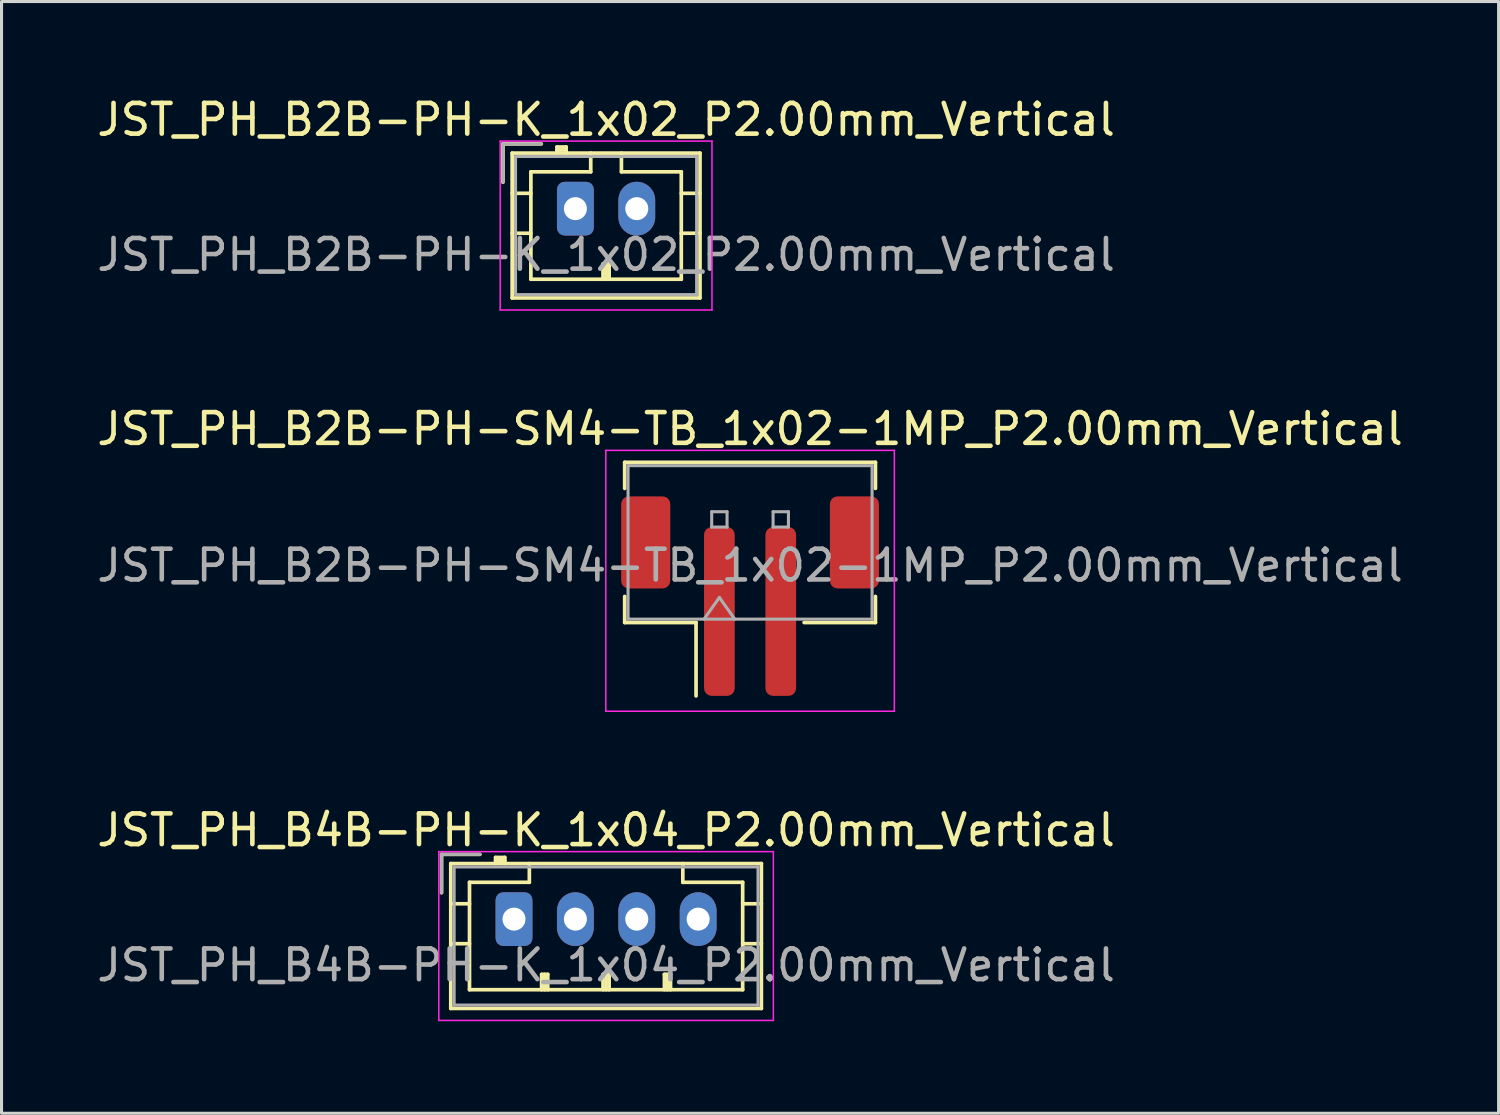
<source format=kicad_pcb>
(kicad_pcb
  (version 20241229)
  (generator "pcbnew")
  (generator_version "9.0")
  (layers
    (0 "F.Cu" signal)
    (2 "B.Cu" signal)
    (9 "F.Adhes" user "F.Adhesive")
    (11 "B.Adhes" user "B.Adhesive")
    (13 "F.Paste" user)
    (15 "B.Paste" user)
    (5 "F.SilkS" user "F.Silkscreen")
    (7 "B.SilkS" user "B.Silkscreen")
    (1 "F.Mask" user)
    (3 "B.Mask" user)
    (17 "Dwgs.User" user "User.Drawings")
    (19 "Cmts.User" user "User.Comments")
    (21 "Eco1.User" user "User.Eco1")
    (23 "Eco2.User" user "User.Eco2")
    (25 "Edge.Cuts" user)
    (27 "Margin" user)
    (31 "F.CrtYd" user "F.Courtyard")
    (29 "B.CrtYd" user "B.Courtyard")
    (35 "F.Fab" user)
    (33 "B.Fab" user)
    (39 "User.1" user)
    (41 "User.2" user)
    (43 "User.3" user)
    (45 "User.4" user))
  (footprint "JST_PH_B2B-PH-SM4-TB_1x02-1MP_P2.00mm_Vertical"
    (layer "F.Cu")
    (at 21.387 16.372)
    (property "Reference" "JST_PH_B2B-PH-SM4-TB_1x02-1MP_P2.00mm_Vertical" (at 0 -5.45 0) (layer "F.SilkS") (effects (font (size 1 1) (thickness 0.15))))
    (attr smd)
    (fp_line (start -4.085 -4.36) (end 4.085 -4.36) (stroke (width 0.12) (type solid)) (layer "F.SilkS"))
    (fp_line (start -4.085 -3.51) (end -4.085 -4.36) (stroke (width 0.12) (type solid)) (layer "F.SilkS"))
    (fp_line (start -4.085 0.01) (end -4.085 0.86) (stroke (width 0.12) (type solid)) (layer "F.SilkS"))
    (fp_line (start -4.085 0.86) (end -1.76 0.86) (stroke (width 0.12) (type solid)) (layer "F.SilkS"))
    (fp_line (start -1.76 0.86) (end -1.76 3.25) (stroke (width 0.12) (type solid)) (layer "F.SilkS"))
    (fp_line (start 4.085 -4.36) (end 4.085 -3.51) (stroke (width 0.12) (type solid)) (layer "F.SilkS"))
    (fp_line (start 4.085 0.01) (end 4.085 0.86) (stroke (width 0.12) (type solid)) (layer "F.SilkS"))
    (fp_line (start 4.085 0.86) (end 1.76 0.86) (stroke (width 0.12) (type solid)) (layer "F.SilkS"))
    (fp_line (start -4.7 -4.75) (end -4.7 3.75) (stroke (width 0.05) (type solid)) (layer "F.CrtYd"))
    (fp_line (start -4.7 3.75) (end 4.7 3.75) (stroke (width 0.05) (type solid)) (layer "F.CrtYd"))
    (fp_line (start 4.7 -4.75) (end -4.7 -4.75) (stroke (width 0.05) (type solid)) (layer "F.CrtYd"))
    (fp_line (start 4.7 3.75) (end 4.7 -4.75) (stroke (width 0.05) (type solid)) (layer "F.CrtYd"))
    (fp_line (start -3.975 -4.25) (end 3.975 -4.25) (stroke (width 0.1) (type solid)) (layer "F.Fab"))
    (fp_line (start -3.975 0.75) (end -3.975 -4.25) (stroke (width 0.1) (type solid)) (layer "F.Fab"))
    (fp_line (start -3.975 0.75) (end 3.975 0.75) (stroke (width 0.1) (type solid)) (layer "F.Fab"))
    (fp_line (start -1.5 0.75) (end -1 0.043) (stroke (width 0.1) (type solid)) (layer "F.Fab"))
    (fp_line (start -1.25 -2.75) (end -1.25 -2.25) (stroke (width 0.1) (type solid)) (layer "F.Fab"))
    (fp_line (start -1.25 -2.25) (end -0.75 -2.25) (stroke (width 0.1) (type solid)) (layer "F.Fab"))
    (fp_line (start -1 0.043) (end -0.5 0.75) (stroke (width 0.1) (type solid)) (layer "F.Fab"))
    (fp_line (start -0.75 -2.75) (end -1.25 -2.75) (stroke (width 0.1) (type solid)) (layer "F.Fab"))
    (fp_line (start -0.75 -2.25) (end -0.75 -2.75) (stroke (width 0.1) (type solid)) (layer "F.Fab"))
    (fp_line (start 0.75 -2.75) (end 0.75 -2.25) (stroke (width 0.1) (type solid)) (layer "F.Fab"))
    (fp_line (start 0.75 -2.25) (end 1.25 -2.25) (stroke (width 0.1) (type solid)) (layer "F.Fab"))
    (fp_line (start 1.25 -2.75) (end 0.75 -2.75) (stroke (width 0.1) (type solid)) (layer "F.Fab"))
    (fp_line (start 1.25 -2.25) (end 1.25 -2.75) (stroke (width 0.1) (type solid)) (layer "F.Fab"))
    (fp_line (start 3.975 0.75) (end 3.975 -4.25) (stroke (width 0.1) (type solid)) (layer "F.Fab"))
    (fp_text user "${REFERENCE}" (at 0 -1 0) (layer "F.Fab") (effects (font (size 1 1) (thickness 0.15))))
    (pad "1" smd roundrect (at -1 0.5) (size 1 5.5) (layers "F.Cu" "F.Mask" "F.Paste") (roundrect_rratio 0.25))
    (pad "2" smd roundrect (at 1 0.5) (size 1 5.5) (layers "F.Cu" "F.Mask" "F.Paste") (roundrect_rratio 0.25))
    (pad "MP" smd roundrect (at -3.4 -1.75) (size 1.6 3) (layers "F.Cu" "F.Mask" "F.Paste") (roundrect_rratio 0.156))
    (pad "MP" smd roundrect (at 3.4 -1.75) (size 1.6 3) (layers "F.Cu" "F.Mask" "F.Paste") (roundrect_rratio 0.156)))
  (footprint "JST_PH_B2B-PH-K_1x02_P2.00mm_Vertical"
    (layer "F.Cu")
    (at 15.696 3.748)
    (property "Reference" "JST_PH_B2B-PH-K_1x02_P2.00mm_Vertical" (at 1 -2.9 0) (layer "F.SilkS") (effects (font (size 1 1) (thickness 0.15))))
    (attr through_hole)
    (fp_line (start -2.36 -2.11) (end -2.36 -0.86) (stroke (width 0.12) (type solid)) (layer "F.SilkS"))
    (fp_line (start -2.06 -1.81) (end -2.06 2.91) (stroke (width 0.12) (type solid)) (layer "F.SilkS"))
    (fp_line (start -2.06 -0.5) (end -1.45 -0.5) (stroke (width 0.12) (type solid)) (layer "F.SilkS"))
    (fp_line (start -2.06 0.8) (end -1.45 0.8) (stroke (width 0.12) (type solid)) (layer "F.SilkS"))
    (fp_line (start -2.06 2.91) (end 4.06 2.91) (stroke (width 0.12) (type solid)) (layer "F.SilkS"))
    (fp_line (start -1.45 -1.2) (end -1.45 2.3) (stroke (width 0.12) (type solid)) (layer "F.SilkS"))
    (fp_line (start -1.45 2.3) (end 3.45 2.3) (stroke (width 0.12) (type solid)) (layer "F.SilkS"))
    (fp_line (start -1.11 -2.11) (end -2.36 -2.11) (stroke (width 0.12) (type solid)) (layer "F.SilkS"))
    (fp_line (start -0.6 -2.01) (end -0.6 -1.81) (stroke (width 0.12) (type solid)) (layer "F.SilkS"))
    (fp_line (start -0.3 -2.01) (end -0.6 -2.01) (stroke (width 0.12) (type solid)) (layer "F.SilkS"))
    (fp_line (start -0.3 -1.91) (end -0.6 -1.91) (stroke (width 0.12) (type solid)) (layer "F.SilkS"))
    (fp_line (start -0.3 -1.81) (end -0.3 -2.01) (stroke (width 0.12) (type solid)) (layer "F.SilkS"))
    (fp_line (start 0.5 -1.81) (end 0.5 -1.2) (stroke (width 0.12) (type solid)) (layer "F.SilkS"))
    (fp_line (start 0.5 -1.2) (end -1.45 -1.2) (stroke (width 0.12) (type solid)) (layer "F.SilkS"))
    (fp_line (start 0.9 1.8) (end 1.1 1.8) (stroke (width 0.12) (type solid)) (layer "F.SilkS"))
    (fp_line (start 0.9 2.3) (end 0.9 1.8) (stroke (width 0.12) (type solid)) (layer "F.SilkS"))
    (fp_line (start 1 2.3) (end 1 1.8) (stroke (width 0.12) (type solid)) (layer "F.SilkS"))
    (fp_line (start 1.1 1.8) (end 1.1 2.3) (stroke (width 0.12) (type solid)) (layer "F.SilkS"))
    (fp_line (start 1.5 -1.2) (end 1.5 -1.81) (stroke (width 0.12) (type solid)) (layer "F.SilkS"))
    (fp_line (start 3.45 -1.2) (end 1.5 -1.2) (stroke (width 0.12) (type solid)) (layer "F.SilkS"))
    (fp_line (start 3.45 2.3) (end 3.45 -1.2) (stroke (width 0.12) (type solid)) (layer "F.SilkS"))
    (fp_line (start 4.06 -1.81) (end -2.06 -1.81) (stroke (width 0.12) (type solid)) (layer "F.SilkS"))
    (fp_line (start 4.06 -0.5) (end 3.45 -0.5) (stroke (width 0.12) (type solid)) (layer "F.SilkS"))
    (fp_line (start 4.06 0.8) (end 3.45 0.8) (stroke (width 0.12) (type solid)) (layer "F.SilkS"))
    (fp_line (start 4.06 2.91) (end 4.06 -1.81) (stroke (width 0.12) (type solid)) (layer "F.SilkS"))
    (fp_line (start -2.45 -2.2) (end -2.45 3.3) (stroke (width 0.05) (type solid)) (layer "F.CrtYd"))
    (fp_line (start -2.45 3.3) (end 4.45 3.3) (stroke (width 0.05) (type solid)) (layer "F.CrtYd"))
    (fp_line (start 4.45 -2.2) (end -2.45 -2.2) (stroke (width 0.05) (type solid)) (layer "F.CrtYd"))
    (fp_line (start 4.45 3.3) (end 4.45 -2.2) (stroke (width 0.05) (type solid)) (layer "F.CrtYd"))
    (fp_line (start -2.36 -2.11) (end -2.36 -0.86) (stroke (width 0.1) (type solid)) (layer "F.Fab"))
    (fp_line (start -1.95 -1.7) (end -1.95 2.8) (stroke (width 0.1) (type solid)) (layer "F.Fab"))
    (fp_line (start -1.95 2.8) (end 3.95 2.8) (stroke (width 0.1) (type solid)) (layer "F.Fab"))
    (fp_line (start -1.11 -2.11) (end -2.36 -2.11) (stroke (width 0.1) (type solid)) (layer "F.Fab"))
    (fp_line (start 3.95 -1.7) (end -1.95 -1.7) (stroke (width 0.1) (type solid)) (layer "F.Fab"))
    (fp_line (start 3.95 2.8) (end 3.95 -1.7) (stroke (width 0.1) (type solid)) (layer "F.Fab"))
    (fp_text user "${REFERENCE}" (at 1 1.5 0) (layer "F.Fab") (effects (font (size 1 1) (thickness 0.15))))
    (pad "1" thru_hole roundrect (at 0 0) (size 1.2 1.75) (drill 0.75) (layers "*.Cu" "*.Mask") (roundrect_rratio 0.208))
    (pad "2" thru_hole oval (at 2 0) (size 1.2 1.75) (drill 0.75) (layers "*.Cu" "*.Mask")))
  (footprint "JST_PH_B4B-PH-K_1x04_P2.00mm_Vertical"
    (layer "F.Cu")
    (at 13.696 26.895)
    (property "Reference" "JST_PH_B4B-PH-K_1x04_P2.00mm_Vertical" (at 3 -2.9 0) (layer "F.SilkS") (effects (font (size 1 1) (thickness 0.15))))
    (attr through_hole)
    (fp_line (start -2.36 -2.11) (end -2.36 -0.86) (stroke (width 0.12) (type solid)) (layer "F.SilkS"))
    (fp_line (start -2.06 -1.81) (end -2.06 2.91) (stroke (width 0.12) (type solid)) (layer "F.SilkS"))
    (fp_line (start -2.06 -0.5) (end -1.45 -0.5) (stroke (width 0.12) (type solid)) (layer "F.SilkS"))
    (fp_line (start -2.06 0.8) (end -1.45 0.8) (stroke (width 0.12) (type solid)) (layer "F.SilkS"))
    (fp_line (start -2.06 2.91) (end 8.06 2.91) (stroke (width 0.12) (type solid)) (layer "F.SilkS"))
    (fp_line (start -1.45 -1.2) (end -1.45 2.3) (stroke (width 0.12) (type solid)) (layer "F.SilkS"))
    (fp_line (start -1.45 2.3) (end 7.45 2.3) (stroke (width 0.12) (type solid)) (layer "F.SilkS"))
    (fp_line (start -1.11 -2.11) (end -2.36 -2.11) (stroke (width 0.12) (type solid)) (layer "F.SilkS"))
    (fp_line (start -0.6 -2.01) (end -0.6 -1.81) (stroke (width 0.12) (type solid)) (layer "F.SilkS"))
    (fp_line (start -0.3 -2.01) (end -0.6 -2.01) (stroke (width 0.12) (type solid)) (layer "F.SilkS"))
    (fp_line (start -0.3 -1.91) (end -0.6 -1.91) (stroke (width 0.12) (type solid)) (layer "F.SilkS"))
    (fp_line (start -0.3 -1.81) (end -0.3 -2.01) (stroke (width 0.12) (type solid)) (layer "F.SilkS"))
    (fp_line (start 0.5 -1.81) (end 0.5 -1.2) (stroke (width 0.12) (type solid)) (layer "F.SilkS"))
    (fp_line (start 0.5 -1.2) (end -1.45 -1.2) (stroke (width 0.12) (type solid)) (layer "F.SilkS"))
    (fp_line (start 0.9 1.8) (end 1.1 1.8) (stroke (width 0.12) (type solid)) (layer "F.SilkS"))
    (fp_line (start 0.9 2.3) (end 0.9 1.8) (stroke (width 0.12) (type solid)) (layer "F.SilkS"))
    (fp_line (start 1 2.3) (end 1 1.8) (stroke (width 0.12) (type solid)) (layer "F.SilkS"))
    (fp_line (start 1.1 1.8) (end 1.1 2.3) (stroke (width 0.12) (type solid)) (layer "F.SilkS"))
    (fp_line (start 2.9 1.8) (end 3.1 1.8) (stroke (width 0.12) (type solid)) (layer "F.SilkS"))
    (fp_line (start 2.9 2.3) (end 2.9 1.8) (stroke (width 0.12) (type solid)) (layer "F.SilkS"))
    (fp_line (start 3 2.3) (end 3 1.8) (stroke (width 0.12) (type solid)) (layer "F.SilkS"))
    (fp_line (start 3.1 1.8) (end 3.1 2.3) (stroke (width 0.12) (type solid)) (layer "F.SilkS"))
    (fp_line (start 4.9 1.8) (end 5.1 1.8) (stroke (width 0.12) (type solid)) (layer "F.SilkS"))
    (fp_line (start 4.9 2.3) (end 4.9 1.8) (stroke (width 0.12) (type solid)) (layer "F.SilkS"))
    (fp_line (start 5 2.3) (end 5 1.8) (stroke (width 0.12) (type solid)) (layer "F.SilkS"))
    (fp_line (start 5.1 1.8) (end 5.1 2.3) (stroke (width 0.12) (type solid)) (layer "F.SilkS"))
    (fp_line (start 5.5 -1.2) (end 5.5 -1.81) (stroke (width 0.12) (type solid)) (layer "F.SilkS"))
    (fp_line (start 7.45 -1.2) (end 5.5 -1.2) (stroke (width 0.12) (type solid)) (layer "F.SilkS"))
    (fp_line (start 7.45 2.3) (end 7.45 -1.2) (stroke (width 0.12) (type solid)) (layer "F.SilkS"))
    (fp_line (start 8.06 -1.81) (end -2.06 -1.81) (stroke (width 0.12) (type solid)) (layer "F.SilkS"))
    (fp_line (start 8.06 -0.5) (end 7.45 -0.5) (stroke (width 0.12) (type solid)) (layer "F.SilkS"))
    (fp_line (start 8.06 0.8) (end 7.45 0.8) (stroke (width 0.12) (type solid)) (layer "F.SilkS"))
    (fp_line (start 8.06 2.91) (end 8.06 -1.81) (stroke (width 0.12) (type solid)) (layer "F.SilkS"))
    (fp_line (start -2.45 -2.2) (end -2.45 3.3) (stroke (width 0.05) (type solid)) (layer "F.CrtYd"))
    (fp_line (start -2.45 3.3) (end 8.45 3.3) (stroke (width 0.05) (type solid)) (layer "F.CrtYd"))
    (fp_line (start 8.45 -2.2) (end -2.45 -2.2) (stroke (width 0.05) (type solid)) (layer "F.CrtYd"))
    (fp_line (start 8.45 3.3) (end 8.45 -2.2) (stroke (width 0.05) (type solid)) (layer "F.CrtYd"))
    (fp_line (start -2.36 -2.11) (end -2.36 -0.86) (stroke (width 0.1) (type solid)) (layer "F.Fab"))
    (fp_line (start -1.95 -1.7) (end -1.95 2.8) (stroke (width 0.1) (type solid)) (layer "F.Fab"))
    (fp_line (start -1.95 2.8) (end 7.95 2.8) (stroke (width 0.1) (type solid)) (layer "F.Fab"))
    (fp_line (start -1.11 -2.11) (end -2.36 -2.11) (stroke (width 0.1) (type solid)) (layer "F.Fab"))
    (fp_line (start 7.95 -1.7) (end -1.95 -1.7) (stroke (width 0.1) (type solid)) (layer "F.Fab"))
    (fp_line (start 7.95 2.8) (end 7.95 -1.7) (stroke (width 0.1) (type solid)) (layer "F.Fab"))
    (fp_text user "${REFERENCE}" (at 3 1.5 0) (layer "F.Fab") (effects (font (size 1 1) (thickness 0.15))))
    (pad "1" thru_hole roundrect (at 0 0) (size 1.2 1.75) (drill 0.75) (layers "*.Cu" "*.Mask") (roundrect_rratio 0.208))
    (pad "2" thru_hole oval (at 2 0) (size 1.2 1.75) (drill 0.75) (layers "*.Cu" "*.Mask"))
    (pad "3" thru_hole oval (at 4 0) (size 1.2 1.75) (drill 0.75) (layers "*.Cu" "*.Mask"))
    (pad "4" thru_hole oval (at 6 0) (size 1.2 1.75) (drill 0.75) (layers "*.Cu" "*.Mask")))
  (gr_rect
    (start -3 -3)
    (end 45.774 33.22)
    (stroke (width 0.1) (type default))
    (fill no)
    (layer "Edge.Cuts")))
</source>
